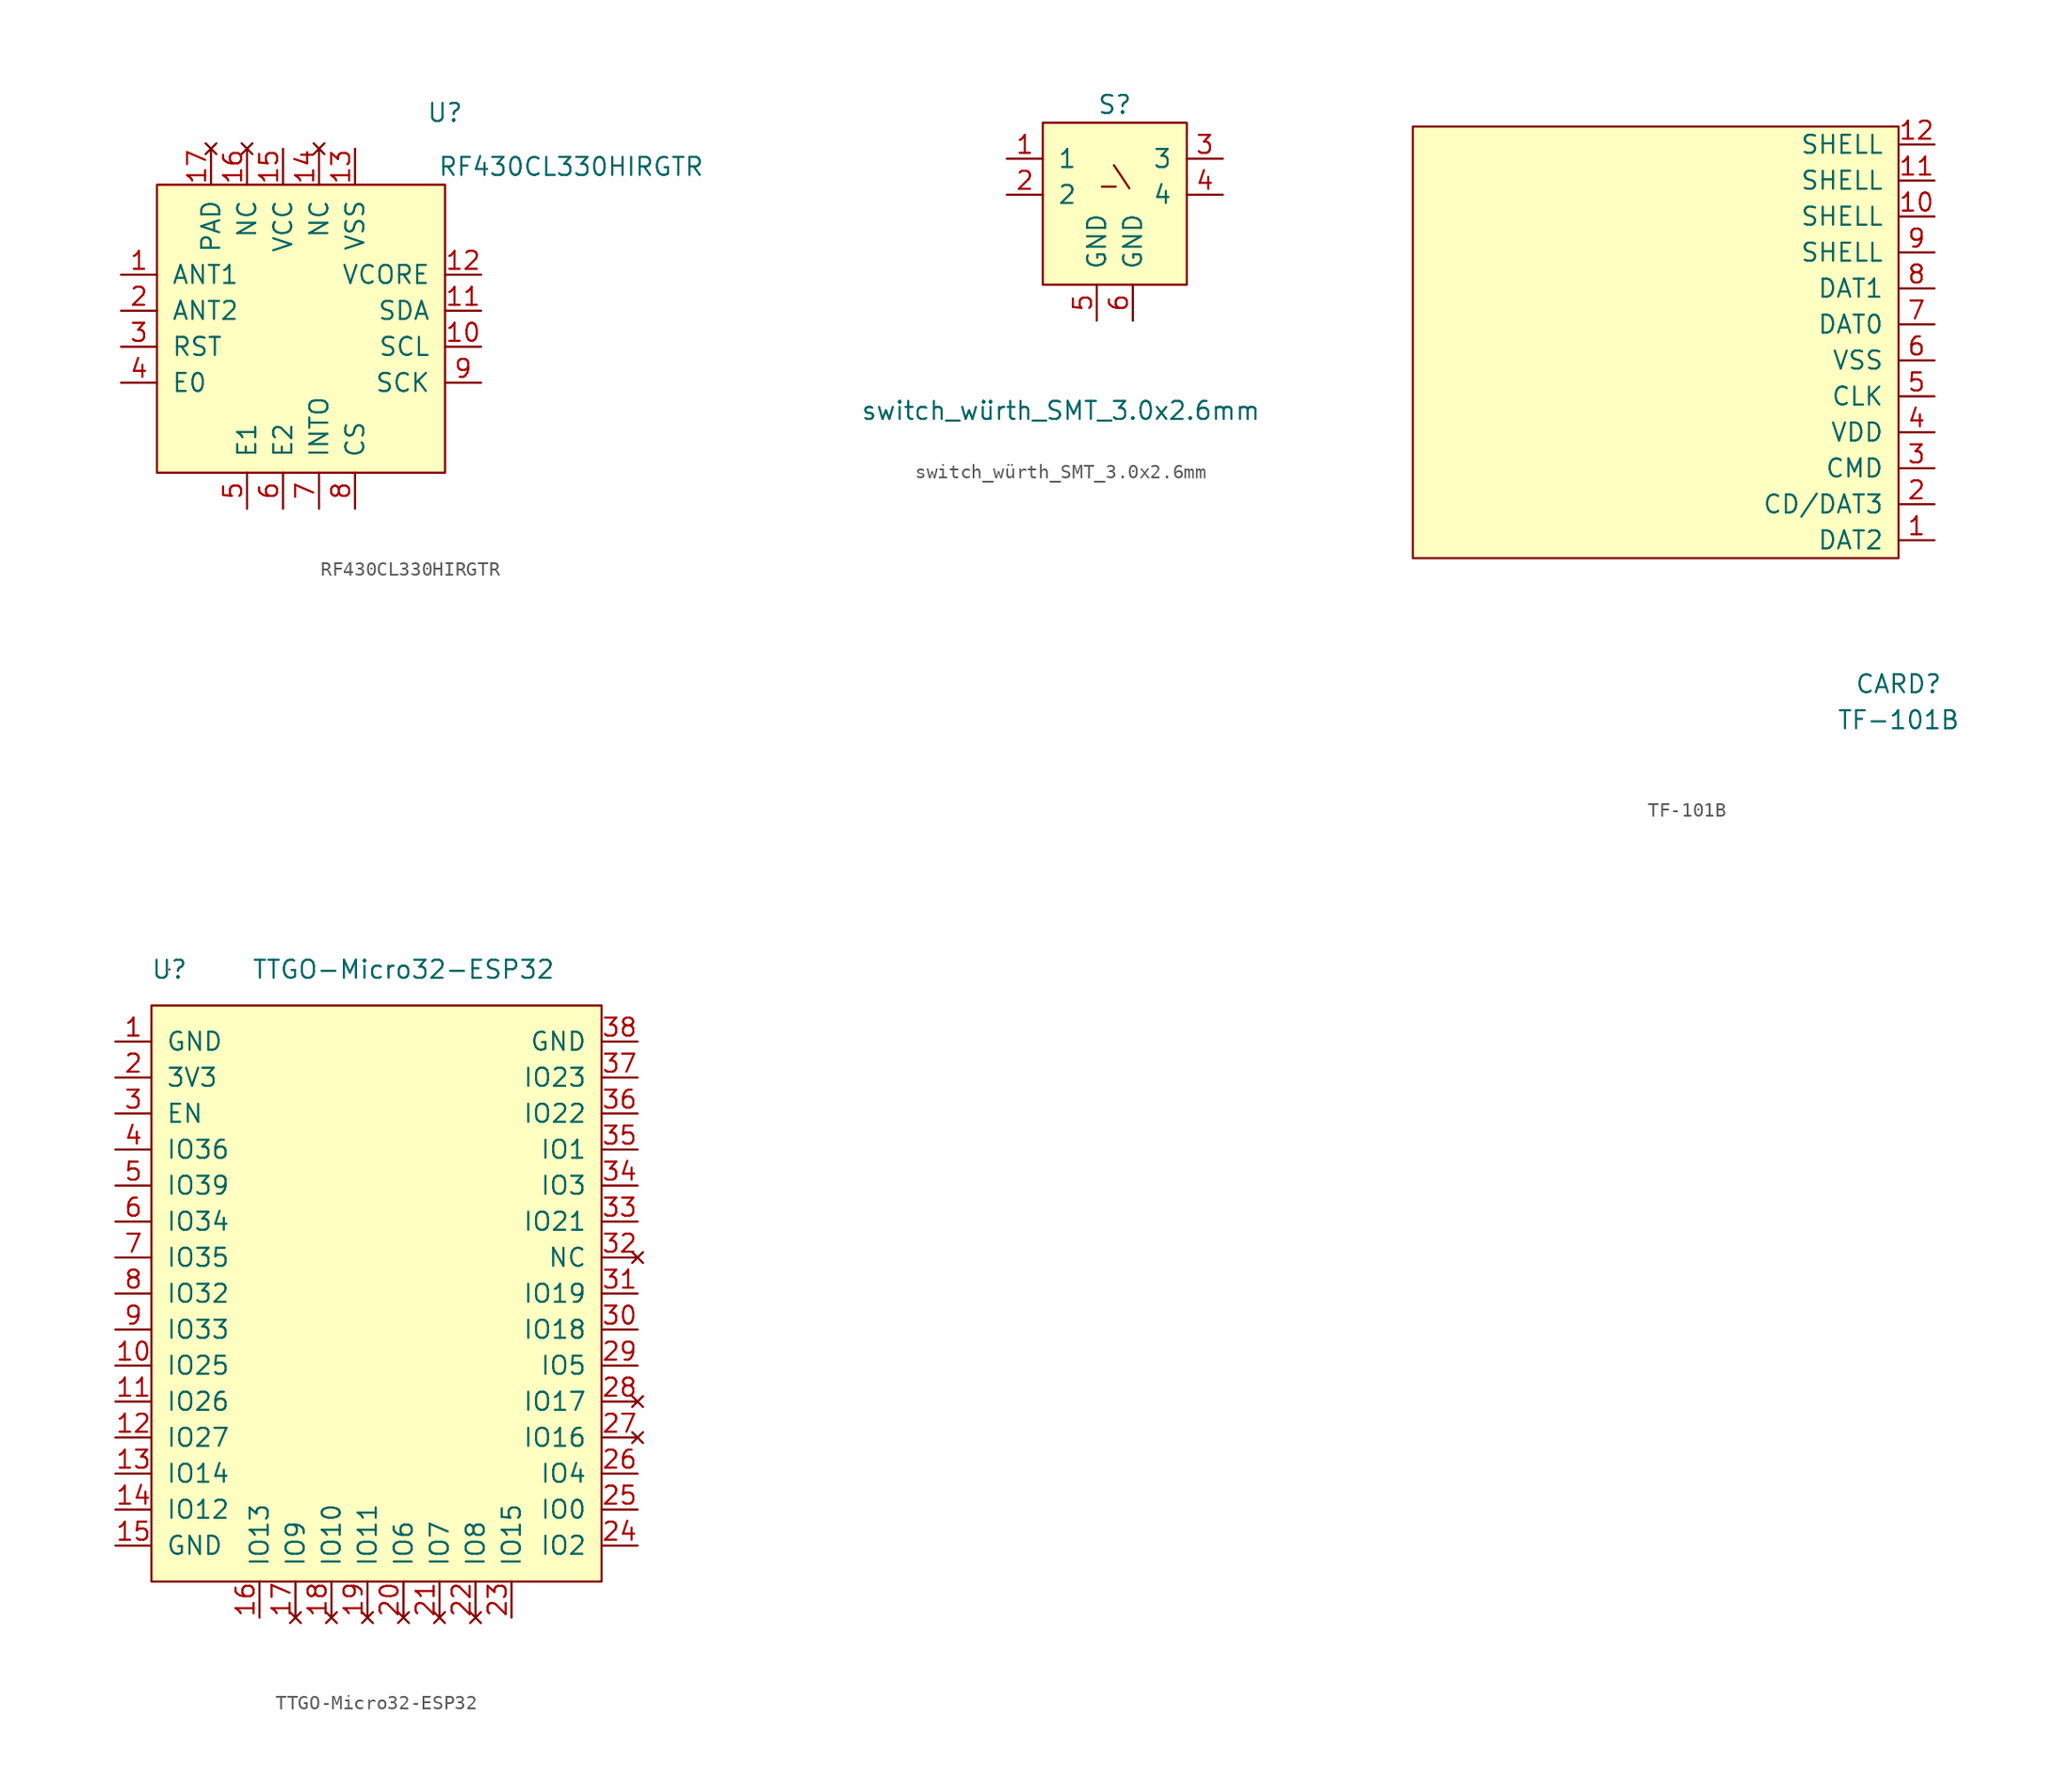
<source format=kicad_sym>
(kicad_symbol_lib
  (version 20231120)
  (generator "kicad_symbol_editor")
  (generator_version "8.0")
  (symbol "RF430CL330HIRGTR‎"
    (pin_names
      (offset 1.016))
    (property "Reference" "U"
      (at 10.16 15.24 0)
      (effects (font (size 1.27 1.27))))
    (property "Value" "RF430CL330HIRGTR‎"
      (at 19.05 11.43 0)
      (effects (font (size 1.27 1.27))))
    (symbol "RF430CL330HIRGTR‎_0_1"
      (rectangle (start 10.16 10.16) (end -10.16 -10.16) (stroke (width 0) (type default)) (fill (type background))))
    (symbol "RF430CL330HIRGTR‎_1_1"
      (pin input line (at -12.7 3.81 0) (length 2.54) (name "ANT1" (effects (font (size 1.27 1.27)))) (number "1" (effects (font (size 1.27 1.27)))))
      (pin input line (at 12.7 -1.27 180) (length 2.54) (name "SCL" (effects (font (size 1.27 1.27)))) (number "10" (effects (font (size 1.27 1.27)))))
      (pin input line (at 12.7 1.27 180) (length 2.54) (name "SDA" (effects (font (size 1.27 1.27)))) (number "11" (effects (font (size 1.27 1.27)))))
      (pin input line (at 12.7 3.81 180) (length 2.54) (name "VCORE" (effects (font (size 1.27 1.27)))) (number "12" (effects (font (size 1.27 1.27)))))
      (pin input line (at 3.81 12.7 270) (length 2.54) (name "VSS" (effects (font (size 1.27 1.27)))) (number "13" (effects (font (size 1.27 1.27)))))
      (pin no_connect line (at 1.27 12.7 270) (length 2.54) (name "NC" (effects (font (size 1.27 1.27)))) (number "14" (effects (font (size 1.27 1.27)))))
      (pin input line (at -1.27 12.7 270) (length 2.54) (name "VCC" (effects (font (size 1.27 1.27)))) (number "15" (effects (font (size 1.27 1.27)))))
      (pin no_connect line (at -3.81 12.7 270) (length 2.54) (name "NC" (effects (font (size 1.27 1.27)))) (number "16" (effects (font (size 1.27 1.27)))))
      (pin no_connect line (at -6.35 12.7 270) (length 2.54) (name "PAD" (effects (font (size 1.27 1.27)))) (number "17" (effects (font (size 1.27 1.27)))))
      (pin input line (at -12.7 1.27 0) (length 2.54) (name "ANT2" (effects (font (size 1.27 1.27)))) (number "2" (effects (font (size 1.27 1.27)))))
      (pin input line (at -12.7 -1.27 0) (length 2.54) (name "RST" (effects (font (size 1.27 1.27)))) (number "3" (effects (font (size 1.27 1.27)))))
      (pin input line (at -12.7 -3.81 0) (length 2.54) (name "E0" (effects (font (size 1.27 1.27)))) (number "4" (effects (font (size 1.27 1.27)))))
      (pin input line (at -3.81 -12.7 90) (length 2.54) (name "E1" (effects (font (size 1.27 1.27)))) (number "5" (effects (font (size 1.27 1.27)))))
      (pin input line (at -1.27 -12.7 90) (length 2.54) (name "E2" (effects (font (size 1.27 1.27)))) (number "6" (effects (font (size 1.27 1.27)))))
      (pin input line (at 1.27 -12.7 90) (length 2.54) (name "INTO" (effects (font (size 1.27 1.27)))) (number "7" (effects (font (size 1.27 1.27)))))
      (pin input line (at 3.81 -12.7 90) (length 2.54) (name "CS" (effects (font (size 1.27 1.27)))) (number "8" (effects (font (size 1.27 1.27)))))
      (pin input line (at 12.7 -3.81 180) (length 2.54) (name "SCK" (effects (font (size 1.27 1.27)))) (number "9" (effects (font (size 1.27 1.27)))))))
  (symbol "switch_würth_SMT_3.0x2.6mm"
    (pin_names
      (offset 1.016))
    (property "Reference" "S"
      (at 5.08 10.16 0)
      (effects (font (size 1.27 1.27))))
    (property "Value" "switch_würth_SMT_3.0x2.6mm"
      (at 1.27 -11.43 0)
      (effects (font (size 1.27 1.27))))
    (symbol "switch_würth_SMT_3.0x2.6mm_0_0"
      (text "_\\" (at 5.08 5.08 0) (effects (font (size 1.27 1.27)))))
    (symbol "switch_würth_SMT_3.0x2.6mm_0_1"
      (rectangle (start 10.16 8.89) (end 0 -2.54) (stroke (width 0) (type default)) (fill (type background))))
    (symbol "switch_würth_SMT_3.0x2.6mm_1_1"
      (pin input line (at -2.54 6.35 0) (length 2.54) (name "1" (effects (font (size 1.27 1.27)))) (number "1" (effects (font (size 1.27 1.27)))))
      (pin input line (at -2.54 3.81 0) (length 2.54) (name "2" (effects (font (size 1.27 1.27)))) (number "2" (effects (font (size 1.27 1.27)))))
      (pin input line (at 12.7 6.35 180) (length 2.54) (name "3" (effects (font (size 1.27 1.27)))) (number "3" (effects (font (size 1.27 1.27)))))
      (pin input line (at 12.7 3.81 180) (length 2.54) (name "4" (effects (font (size 1.27 1.27)))) (number "4" (effects (font (size 1.27 1.27)))))
      (pin input line (at 3.81 -5.08 90) (length 2.54) (name "GND" (effects (font (size 1.27 1.27)))) (number "5" (effects (font (size 1.27 1.27)))))
      (pin input line (at 6.35 -5.08 90) (length 2.54) (name "GND" (effects (font (size 1.27 1.27)))) (number "6" (effects (font (size 1.27 1.27)))))))
  (symbol "TF-101B"
    (pin_names
      (offset 1.016))
    (property "Reference" "CARD"
      (at 0 -10.16 0)
      (effects (font (size 1.27 1.27))))
    (property "Value" "TF-101B"
      (at 0 -12.7 0)
      (effects (font (size 1.27 1.27))))
    (symbol "TF-101B_0_1"
      (rectangle (start 0 29.21) (end -34.29 -1.27) (stroke (width 0) (type default)) (fill (type background))))
    (symbol "TF-101B_1_1"
      (pin output line (at 2.54 0 180) (length 2.54) (name "DAT2" (effects (font (size 1.27 1.27)))) (number "1" (effects (font (size 1.27 1.27)))))
      (pin output line (at 2.54 22.86 180) (length 2.54) (name "SHELL" (effects (font (size 1.27 1.27)))) (number "10" (effects (font (size 1.27 1.27)))))
      (pin output line (at 2.54 25.4 180) (length 2.54) (name "SHELL" (effects (font (size 1.27 1.27)))) (number "11" (effects (font (size 1.27 1.27)))))
      (pin output line (at 2.54 27.94 180) (length 2.54) (name "SHELL" (effects (font (size 1.27 1.27)))) (number "12" (effects (font (size 1.27 1.27)))))
      (pin output line (at 2.54 2.54 180) (length 2.54) (name "CD/DAT3" (effects (font (size 1.27 1.27)))) (number "2" (effects (font (size 1.27 1.27)))))
      (pin output line (at 2.54 5.08 180) (length 2.54) (name "CMD" (effects (font (size 1.27 1.27)))) (number "3" (effects (font (size 1.27 1.27)))))
      (pin input line (at 2.54 7.62 180) (length 2.54) (name "VDD" (effects (font (size 1.27 1.27)))) (number "4" (effects (font (size 1.27 1.27)))))
      (pin output line (at 2.54 10.16 180) (length 2.54) (name "CLK" (effects (font (size 1.27 1.27)))) (number "5" (effects (font (size 1.27 1.27)))))
      (pin output line (at 2.54 12.7 180) (length 2.54) (name "VSS" (effects (font (size 1.27 1.27)))) (number "6" (effects (font (size 1.27 1.27)))))
      (pin output line (at 2.54 15.24 180) (length 2.54) (name "DAT0" (effects (font (size 1.27 1.27)))) (number "7" (effects (font (size 1.27 1.27)))))
      (pin output line (at 2.54 17.78 180) (length 2.54) (name "DAT1" (effects (font (size 1.27 1.27)))) (number "8" (effects (font (size 1.27 1.27)))))
      (pin output line (at 2.54 20.32 180) (length 2.54) (name "SHELL" (effects (font (size 1.27 1.27)))) (number "9" (effects (font (size 1.27 1.27)))))))
  (symbol "TTGO-Micro32-ESP32"
    (pin_names
      (offset 1.016))
    (property "Reference" "U"
      (at -13.97 20.32 0)
      (effects (font (size 1.27 1.27))))
    (property "Value" "TTGO-Micro32-ESP32"
      (at 2.54 20.32 0)
      (effects (font (size 1.27 1.27))))
    (symbol "TTGO-Micro32-ESP32_0_1"
      (rectangle (start -13.97 20.32) (end -13.97 20.32) (stroke (width 0) (type default)) (fill (type none)))
      (rectangle (start 16.51 17.78) (end -15.24 -22.86) (stroke (width 0) (type default)) (fill (type background))))
    (symbol "TTGO-Micro32-ESP32_1_1"
      (pin input line (at -17.78 15.24 0) (length 2.54) (name "GND" (effects (font (size 1.27 1.27)))) (number "1" (effects (font (size 1.27 1.27)))))
      (pin input line (at -17.78 -7.62 0) (length 2.54) (name "IO25" (effects (font (size 1.27 1.27)))) (number "10" (effects (font (size 1.27 1.27)))))
      (pin input line (at -17.78 -10.16 0) (length 2.54) (name "IO26" (effects (font (size 1.27 1.27)))) (number "11" (effects (font (size 1.27 1.27)))))
      (pin input line (at -17.78 -12.7 0) (length 2.54) (name "IO27" (effects (font (size 1.27 1.27)))) (number "12" (effects (font (size 1.27 1.27)))))
      (pin input line (at -17.78 -15.24 0) (length 2.54) (name "IO14" (effects (font (size 1.27 1.27)))) (number "13" (effects (font (size 1.27 1.27)))))
      (pin input line (at -17.78 -17.78 0) (length 2.54) (name "IO12" (effects (font (size 1.27 1.27)))) (number "14" (effects (font (size 1.27 1.27)))))
      (pin input line (at -17.78 -20.32 0) (length 2.54) (name "GND" (effects (font (size 1.27 1.27)))) (number "15" (effects (font (size 1.27 1.27)))))
      (pin input line (at -7.62 -25.4 90) (length 2.54) (name "IO13" (effects (font (size 1.27 1.27)))) (number "16" (effects (font (size 1.27 1.27)))))
      (pin no_connect line (at -5.08 -25.4 90) (length 2.54) (name "IO9" (effects (font (size 1.27 1.27)))) (number "17" (effects (font (size 1.27 1.27)))))
      (pin no_connect line (at -2.54 -25.4 90) (length 2.54) (name "IO10" (effects (font (size 1.27 1.27)))) (number "18" (effects (font (size 1.27 1.27)))))
      (pin no_connect line (at 0 -25.4 90) (length 2.54) (name "IO11" (effects (font (size 1.27 1.27)))) (number "19" (effects (font (size 1.27 1.27)))))
      (pin input line (at -17.78 12.7 0) (length 2.54) (name "3V3" (effects (font (size 1.27 1.27)))) (number "2" (effects (font (size 1.27 1.27)))))
      (pin no_connect line (at 2.54 -25.4 90) (length 2.54) (name "IO6" (effects (font (size 1.27 1.27)))) (number "20" (effects (font (size 1.27 1.27)))))
      (pin no_connect line (at 5.08 -25.4 90) (length 2.54) (name "IO7" (effects (font (size 1.27 1.27)))) (number "21" (effects (font (size 1.27 1.27)))))
      (pin no_connect line (at 7.62 -25.4 90) (length 2.54) (name "IO8" (effects (font (size 1.27 1.27)))) (number "22" (effects (font (size 1.27 1.27)))))
      (pin input line (at 10.16 -25.4 90) (length 2.54) (name "IO15" (effects (font (size 1.27 1.27)))) (number "23" (effects (font (size 1.27 1.27)))))
      (pin input line (at 19.05 -20.32 180) (length 2.54) (name "IO2" (effects (font (size 1.27 1.27)))) (number "24" (effects (font (size 1.27 1.27)))))
      (pin input line (at 19.05 -17.78 180) (length 2.54) (name "IO0" (effects (font (size 1.27 1.27)))) (number "25" (effects (font (size 1.27 1.27)))))
      (pin input line (at 19.05 -15.24 180) (length 2.54) (name "IO4" (effects (font (size 1.27 1.27)))) (number "26" (effects (font (size 1.27 1.27)))))
      (pin no_connect line (at 19.05 -12.7 180) (length 2.54) (name "IO16" (effects (font (size 1.27 1.27)))) (number "27" (effects (font (size 1.27 1.27)))))
      (pin no_connect line (at 19.05 -10.16 180) (length 2.54) (name "IO17" (effects (font (size 1.27 1.27)))) (number "28" (effects (font (size 1.27 1.27)))))
      (pin input line (at 19.05 -7.62 180) (length 2.54) (name "IO5" (effects (font (size 1.27 1.27)))) (number "29" (effects (font (size 1.27 1.27)))))
      (pin input line (at -17.78 10.16 0) (length 2.54) (name "EN" (effects (font (size 1.27 1.27)))) (number "3" (effects (font (size 1.27 1.27)))))
      (pin input line (at 19.05 -5.08 180) (length 2.54) (name "IO18" (effects (font (size 1.27 1.27)))) (number "30" (effects (font (size 1.27 1.27)))))
      (pin input line (at 19.05 -2.54 180) (length 2.54) (name "IO19" (effects (font (size 1.27 1.27)))) (number "31" (effects (font (size 1.27 1.27)))))
      (pin no_connect line (at 19.05 0 180) (length 2.54) (name "NC" (effects (font (size 1.27 1.27)))) (number "32" (effects (font (size 1.27 1.27)))))
      (pin input line (at 19.05 2.54 180) (length 2.54) (name "IO21" (effects (font (size 1.27 1.27)))) (number "33" (effects (font (size 1.27 1.27)))))
      (pin input line (at 19.05 5.08 180) (length 2.54) (name "IO3" (effects (font (size 1.27 1.27)))) (number "34" (effects (font (size 1.27 1.27)))))
      (pin input line (at 19.05 7.62 180) (length 2.54) (name "IO1" (effects (font (size 1.27 1.27)))) (number "35" (effects (font (size 1.27 1.27)))))
      (pin input line (at 19.05 10.16 180) (length 2.54) (name "IO22" (effects (font (size 1.27 1.27)))) (number "36" (effects (font (size 1.27 1.27)))))
      (pin input line (at 19.05 12.7 180) (length 2.54) (name "IO23" (effects (font (size 1.27 1.27)))) (number "37" (effects (font (size 1.27 1.27)))))
      (pin input line (at 19.05 15.24 180) (length 2.54) (name "GND" (effects (font (size 1.27 1.27)))) (number "38" (effects (font (size 1.27 1.27)))))
      (pin input line (at -17.78 7.62 0) (length 2.54) (name "IO36" (effects (font (size 1.27 1.27)))) (number "4" (effects (font (size 1.27 1.27)))))
      (pin input line (at -17.78 5.08 0) (length 2.54) (name "IO39" (effects (font (size 1.27 1.27)))) (number "5" (effects (font (size 1.27 1.27)))))
      (pin input line (at -17.78 2.54 0) (length 2.54) (name "IO34" (effects (font (size 1.27 1.27)))) (number "6" (effects (font (size 1.27 1.27)))))
      (pin input line (at -17.78 0 0) (length 2.54) (name "IO35" (effects (font (size 1.27 1.27)))) (number "7" (effects (font (size 1.27 1.27)))))
      (pin input line (at -17.78 -2.54 0) (length 2.54) (name "IO32" (effects (font (size 1.27 1.27)))) (number "8" (effects (font (size 1.27 1.27)))))
      (pin input line (at -17.78 -5.08 0) (length 2.54) (name "IO33" (effects (font (size 1.27 1.27)))) (number "9" (effects (font (size 1.27 1.27))))))))
</source>
